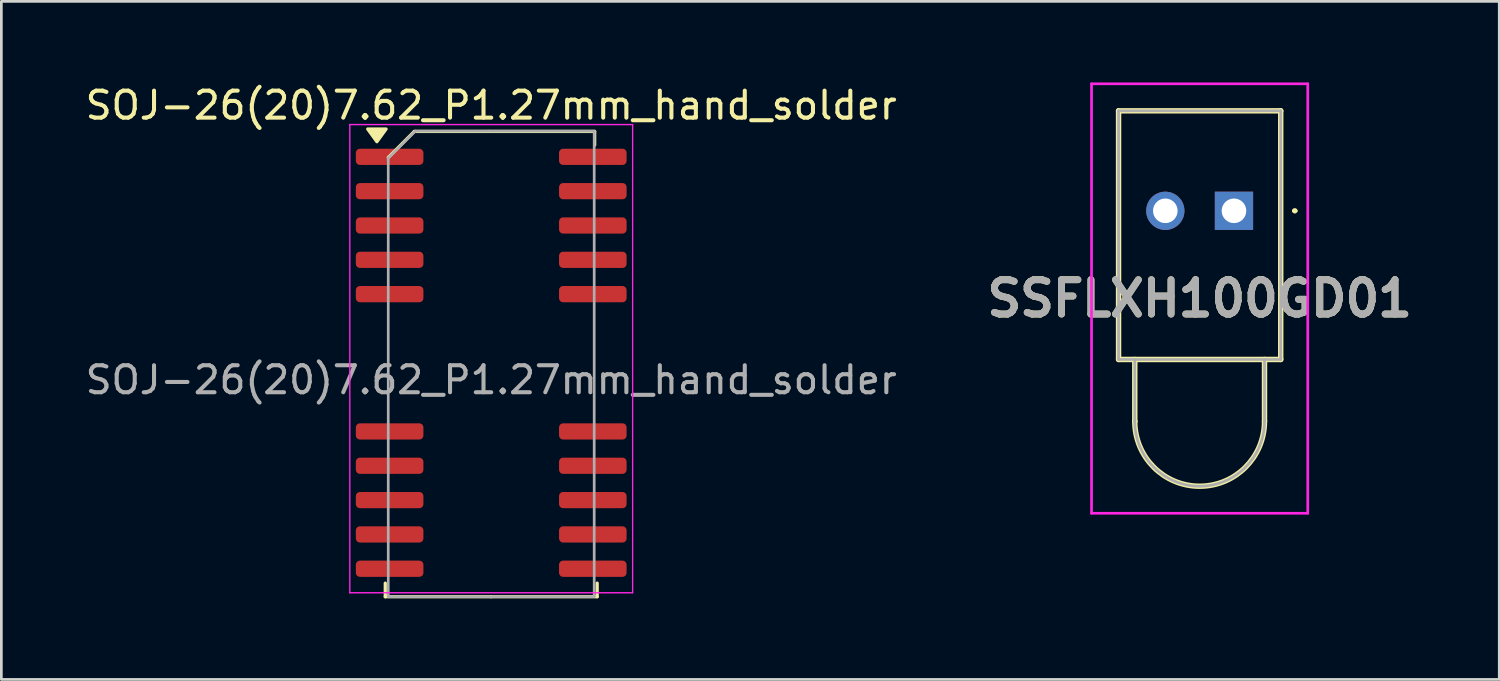
<source format=kicad_pcb>
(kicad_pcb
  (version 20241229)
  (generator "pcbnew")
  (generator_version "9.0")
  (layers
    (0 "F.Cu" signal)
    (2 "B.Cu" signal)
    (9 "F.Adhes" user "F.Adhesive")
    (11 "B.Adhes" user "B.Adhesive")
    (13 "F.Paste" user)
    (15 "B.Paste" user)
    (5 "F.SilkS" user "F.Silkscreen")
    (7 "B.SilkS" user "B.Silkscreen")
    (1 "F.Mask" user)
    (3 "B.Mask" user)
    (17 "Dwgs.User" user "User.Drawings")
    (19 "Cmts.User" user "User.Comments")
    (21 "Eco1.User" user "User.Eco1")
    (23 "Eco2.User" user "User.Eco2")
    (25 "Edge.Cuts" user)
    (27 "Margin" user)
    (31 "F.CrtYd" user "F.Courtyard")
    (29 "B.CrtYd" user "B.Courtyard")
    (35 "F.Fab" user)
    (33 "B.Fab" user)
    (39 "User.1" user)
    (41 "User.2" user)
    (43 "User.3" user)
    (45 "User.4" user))
  (footprint "SSFLXH100GD01"
    (layer "F.Cu")
    (at 42.606 4.75)
    (property "Reference" "SSFLXH100GD01" (at -1.27 3.245 0) (layer "F.SilkS") (effects (font (size 1.27 1.27) (thickness 0.254))))
    (attr through_hole)
    (fp_line (start -4.27 -3.7) (end 1.73 -3.7) (stroke (width 0.2) (type solid)) (layer "F.SilkS"))
    (fp_line (start -4.27 5.5) (end -4.27 -3.7) (stroke (width 0.2) (type solid)) (layer "F.SilkS"))
    (fp_line (start -3.67 5.5) (end -3.67 7.79) (stroke (width 0.2) (type solid)) (layer "F.SilkS"))
    (fp_line (start -3.67 7.79) (end -3.67 7.79) (stroke (width 0.2) (type solid)) (layer "F.SilkS"))
    (fp_line (start 1.13 7.79) (end 1.13 5.5) (stroke (width 0.2) (type solid)) (layer "F.SilkS"))
    (fp_line (start 1.73 -3.7) (end 1.73 5.5) (stroke (width 0.2) (type solid)) (layer "F.SilkS"))
    (fp_line (start 1.73 5.5) (end -4.27 5.5) (stroke (width 0.2) (type solid)) (layer "F.SilkS"))
    (fp_line (start 2.2 0) (end 2.2 0) (stroke (width 0.1) (type solid)) (layer "F.SilkS"))
    (fp_line (start 2.3 0) (end 2.3 0) (stroke (width 0.1) (type solid)) (layer "F.SilkS"))
    (fp_arc (start 1.13 7.79) (mid -1.27 10.19) (end -3.67 7.79) (stroke (width 0.2) (type solid)) (layer "F.SilkS"))
    (fp_arc (start 2.2 0) (mid 2.25 -0.05) (end 2.3 0) (stroke (width 0.1) (type solid)) (layer "F.SilkS"))
    (fp_arc (start 2.3 0) (mid 2.25 0.05) (end 2.2 0) (stroke (width 0.1) (type solid)) (layer "F.SilkS"))
    (fp_line (start -5.27 -4.7) (end 2.73 -4.7) (stroke (width 0.1) (type solid)) (layer "F.CrtYd"))
    (fp_line (start -5.27 11.19) (end -5.27 -4.7) (stroke (width 0.1) (type solid)) (layer "F.CrtYd"))
    (fp_line (start 2.73 -4.7) (end 2.73 11.19) (stroke (width 0.1) (type solid)) (layer "F.CrtYd"))
    (fp_line (start 2.73 11.19) (end -5.27 11.19) (stroke (width 0.1) (type solid)) (layer "F.CrtYd"))
    (fp_line (start -4.27 -3.7) (end 1.73 -3.7) (stroke (width 0.1) (type solid)) (layer "F.Fab"))
    (fp_line (start -4.27 5.5) (end -4.27 -3.7) (stroke (width 0.1) (type solid)) (layer "F.Fab"))
    (fp_line (start -3.67 5.5) (end -3.67 7.79) (stroke (width 0.1) (type solid)) (layer "F.Fab"))
    (fp_line (start -3.67 7.79) (end -3.67 7.79) (stroke (width 0.1) (type solid)) (layer "F.Fab"))
    (fp_line (start 1.13 7.79) (end 1.13 5.5) (stroke (width 0.1) (type solid)) (layer "F.Fab"))
    (fp_line (start 1.73 -3.7) (end 1.73 5.5) (stroke (width 0.1) (type solid)) (layer "F.Fab"))
    (fp_line (start 1.73 5.5) (end -4.27 5.5) (stroke (width 0.1) (type solid)) (layer "F.Fab"))
    (fp_arc (start 1.13 7.79) (mid -1.27 10.19) (end -3.67 7.79) (stroke (width 0.1) (type solid)) (layer "F.Fab"))
    (fp_text user "${REFERENCE}" (at -1.27 3.245 0) (layer "F.Fab") (effects (font (size 1.27 1.27) (thickness 0.254))))
    (pad "1" thru_hole rect (at 0 0) (size 1.416 1.416) (drill 0.91) (layers "*.Cu" "*.Mask"))
    (pad "2" thru_hole circle (at -2.54 0) (size 1.416 1.416) (drill 0.91) (layers "*.Cu" "*.Mask")))
  (footprint "SOJ-26(20)7.62_P1.27mm_hand_solder"
    (layer "F.Cu")
    (at 15.125 11.008)
    (property "Reference" "SOJ-26(20)7.62_P1.27mm_hand_solder" (at 0 -10.16 0) (layer "F.SilkS") (effects (font (size 1 1) (thickness 0.15))))
    (attr smd)
    (fp_line (start -3.92 8.021) (end -3.92 7.518) (stroke (width 0.12) (type solid)) (layer "F.SilkS"))
    (fp_line (start -2.845 -9.195) (end -3.81 -8.23) (stroke (width 0.12) (type default)) (layer "F.SilkS"))
    (fp_line (start -0.093 -9.195) (end -2.845 -9.195) (stroke (width 0.12) (type solid)) (layer "F.SilkS"))
    (fp_line (start -0.093 -9.195) (end 3.827 -9.195) (stroke (width 0.12) (type solid)) (layer "F.SilkS"))
    (fp_line (start 0 8.021) (end -3.92 8.021) (stroke (width 0.12) (type solid)) (layer "F.SilkS"))
    (fp_line (start 0 8.021) (end 3.92 8.021) (stroke (width 0.12) (type solid)) (layer "F.SilkS"))
    (fp_line (start 3.827 -9.195) (end 3.827 -8.692) (stroke (width 0.12) (type solid)) (layer "F.SilkS"))
    (fp_line (start 3.92 8.021) (end 3.92 7.518) (stroke (width 0.12) (type solid)) (layer "F.SilkS"))
    (fp_poly (pts (xy -4.23 -8.815) (xy -4.57 -9.285) (xy -3.89 -9.285) (xy -4.23 -8.815)) (stroke (width 0.12) (type solid)) (fill yes) (layer "F.SilkS"))
    (fp_line (start -5.232 -9.449) (end -5.232 7.874) (stroke (width 0.05) (type solid)) (layer "F.CrtYd"))
    (fp_line (start -5.232 7.874) (end 5.232 7.874) (stroke (width 0.05) (type solid)) (layer "F.CrtYd"))
    (fp_line (start 5.232 -9.449) (end -5.232 -9.449) (stroke (width 0.05) (type solid)) (layer "F.CrtYd"))
    (fp_line (start 5.232 7.874) (end 5.232 -9.449) (stroke (width 0.05) (type solid)) (layer "F.CrtYd"))
    (fp_line (start -3.81 -8.207) (end -2.81 -9.207) (stroke (width 0.1) (type solid)) (layer "F.Fab"))
    (fp_line (start -3.81 8.021) (end -3.81 -8.207) (stroke (width 0.1) (type solid)) (layer "F.Fab"))
    (fp_line (start -2.81 -9.207) (end 3.81 -9.207) (stroke (width 0.1) (type solid)) (layer "F.Fab"))
    (fp_line (start 3.81 -9.207) (end 3.81 8.021) (stroke (width 0.1) (type solid)) (layer "F.Fab"))
    (fp_line (start 3.81 8.021) (end -3.81 8.021) (stroke (width 0.1) (type solid)) (layer "F.Fab"))
    (fp_text user "${REFERENCE}" (at 0 0 0) (layer "F.Fab") (effects (font (size 1 1) (thickness 0.15))))
    (pad "1" smd roundrect (at -3.759 -8.255) (size 2.5 0.6) (layers "F.Cu" "F.Mask" "F.Paste") (roundrect_rratio 0.25))
    (pad "2" smd roundrect (at -3.759 -6.985) (size 2.5 0.6) (layers "F.Cu" "F.Mask" "F.Paste") (roundrect_rratio 0.25))
    (pad "3" smd roundrect (at -3.759 -5.715) (size 2.5 0.6) (layers "F.Cu" "F.Mask" "F.Paste") (roundrect_rratio 0.25))
    (pad "4" smd roundrect (at -3.759 -4.445) (size 2.5 0.6) (layers "F.Cu" "F.Mask" "F.Paste") (roundrect_rratio 0.25))
    (pad "5" smd roundrect (at -3.759 -3.175) (size 2.5 0.6) (layers "F.Cu" "F.Mask" "F.Paste") (roundrect_rratio 0.25))
    (pad "6" smd roundrect (at -3.759 1.905) (size 2.5 0.6) (layers "F.Cu" "F.Mask" "F.Paste") (roundrect_rratio 0.25))
    (pad "7" smd roundrect (at -3.759 3.175) (size 2.5 0.6) (layers "F.Cu" "F.Mask" "F.Paste") (roundrect_rratio 0.25))
    (pad "8" smd roundrect (at -3.759 4.445) (size 2.5 0.6) (layers "F.Cu" "F.Mask" "F.Paste") (roundrect_rratio 0.25))
    (pad "9" smd roundrect (at -3.759 5.715) (size 2.5 0.6) (layers "F.Cu" "F.Mask" "F.Paste") (roundrect_rratio 0.25))
    (pad "10" smd roundrect (at -3.759 6.985) (size 2.5 0.6) (layers "F.Cu" "F.Mask" "F.Paste") (roundrect_rratio 0.25))
    (pad "11" smd roundrect (at 3.759 6.985) (size 2.5 0.6) (layers "F.Cu" "F.Mask" "F.Paste") (roundrect_rratio 0.25))
    (pad "12" smd roundrect (at 3.759 5.715) (size 2.5 0.6) (layers "F.Cu" "F.Mask" "F.Paste") (roundrect_rratio 0.25))
    (pad "13" smd roundrect (at 3.759 4.445) (size 2.5 0.6) (layers "F.Cu" "F.Mask" "F.Paste") (roundrect_rratio 0.25))
    (pad "14" smd roundrect (at 3.759 3.175) (size 2.5 0.6) (layers "F.Cu" "F.Mask" "F.Paste") (roundrect_rratio 0.25))
    (pad "15" smd roundrect (at 3.759 1.905) (size 2.5 0.6) (layers "F.Cu" "F.Mask" "F.Paste") (roundrect_rratio 0.25))
    (pad "16" smd roundrect (at 3.759 -3.175) (size 2.5 0.6) (layers "F.Cu" "F.Mask" "F.Paste") (roundrect_rratio 0.25))
    (pad "17" smd roundrect (at 3.759 -4.445) (size 2.5 0.6) (layers "F.Cu" "F.Mask" "F.Paste") (roundrect_rratio 0.25))
    (pad "18" smd roundrect (at 3.759 -5.715) (size 2.5 0.6) (layers "F.Cu" "F.Mask" "F.Paste") (roundrect_rratio 0.25))
    (pad "19" smd roundrect (at 3.759 -6.985) (size 2.5 0.6) (layers "F.Cu" "F.Mask" "F.Paste") (roundrect_rratio 0.25))
    (pad "20" smd roundrect (at 3.759 -8.255) (size 2.5 0.6) (layers "F.Cu" "F.Mask" "F.Paste") (roundrect_rratio 0.25)))
  (gr_rect
    (start -3 -3)
    (end 52.421 22.089)
    (stroke (width 0.1) (type default))
    (fill no)
    (layer "Edge.Cuts")))
</source>
